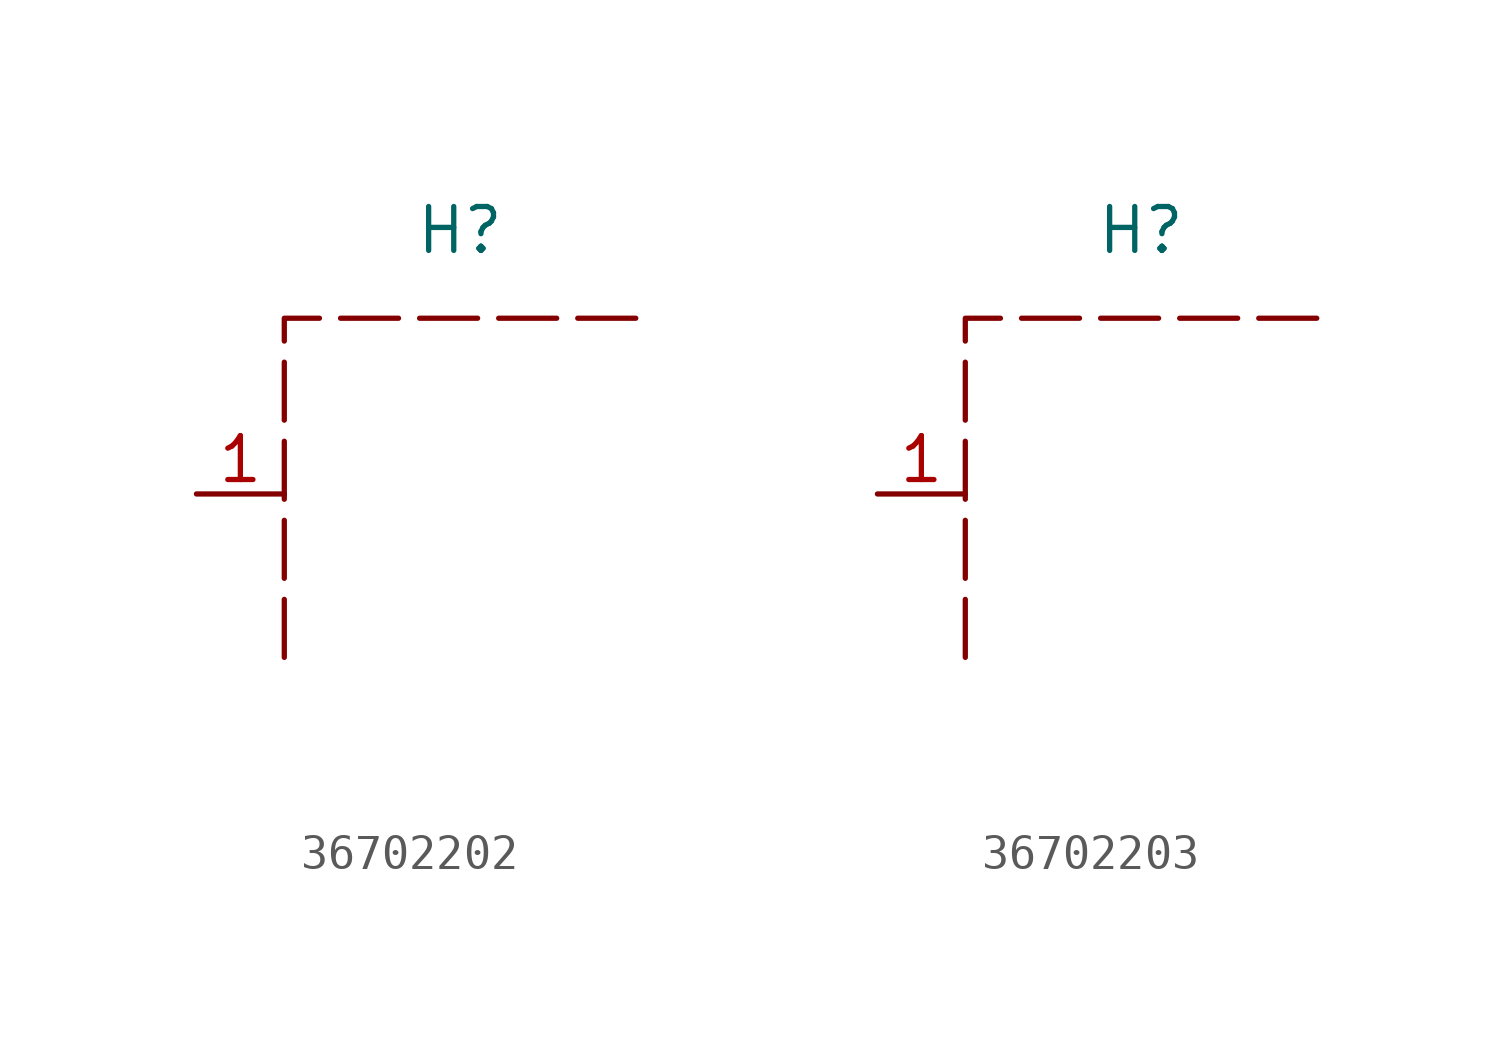
<source format=kicad_sym>
(kicad_symbol_lib
  (version 20220914)
  (generator kicad_symbol_editor)
  (symbol "36702202"
    (pin_names hide)
    (property "Reference" "H"
      (at 0 7.62 0)
      (effects (font (size 1.27 1.27))))
    (property "Critical Parameter" ""
      (at 0 -7.62 0)
      (effects (font (size 1.27 1.27))))
    (symbol "36702202_1_1"
      (polyline (pts (xy 5.08 5.08) (xy -5.08 5.08) (xy -5.08 -5.08)) (stroke (width 0) (type dash)) (fill (type none)))
      (pin power_in line (at -7.62 0 0) (length 2.54) (name "GND" (effects (font (size 1.27 1.27)))) (number "1" (effects (font (size 1.27 1.27)))))))
  (symbol "36702203"
    (pin_names hide)
    (property "Reference" "H"
      (at 0 7.62 0)
      (effects (font (size 1.27 1.27))))
    (property "Critical Parameter" ""
      (at 0 -7.62 0)
      (effects (font (size 1.27 1.27))))
    (symbol "36702203_1_1"
      (polyline (pts (xy 5.08 5.08) (xy -5.08 5.08) (xy -5.08 -5.08)) (stroke (width 0) (type dash)) (fill (type none)))
      (pin power_in line (at -7.62 0 0) (length 2.54) (name "GND" (effects (font (size 1.27 1.27)))) (number "1" (effects (font (size 1.27 1.27))))))))
</source>
